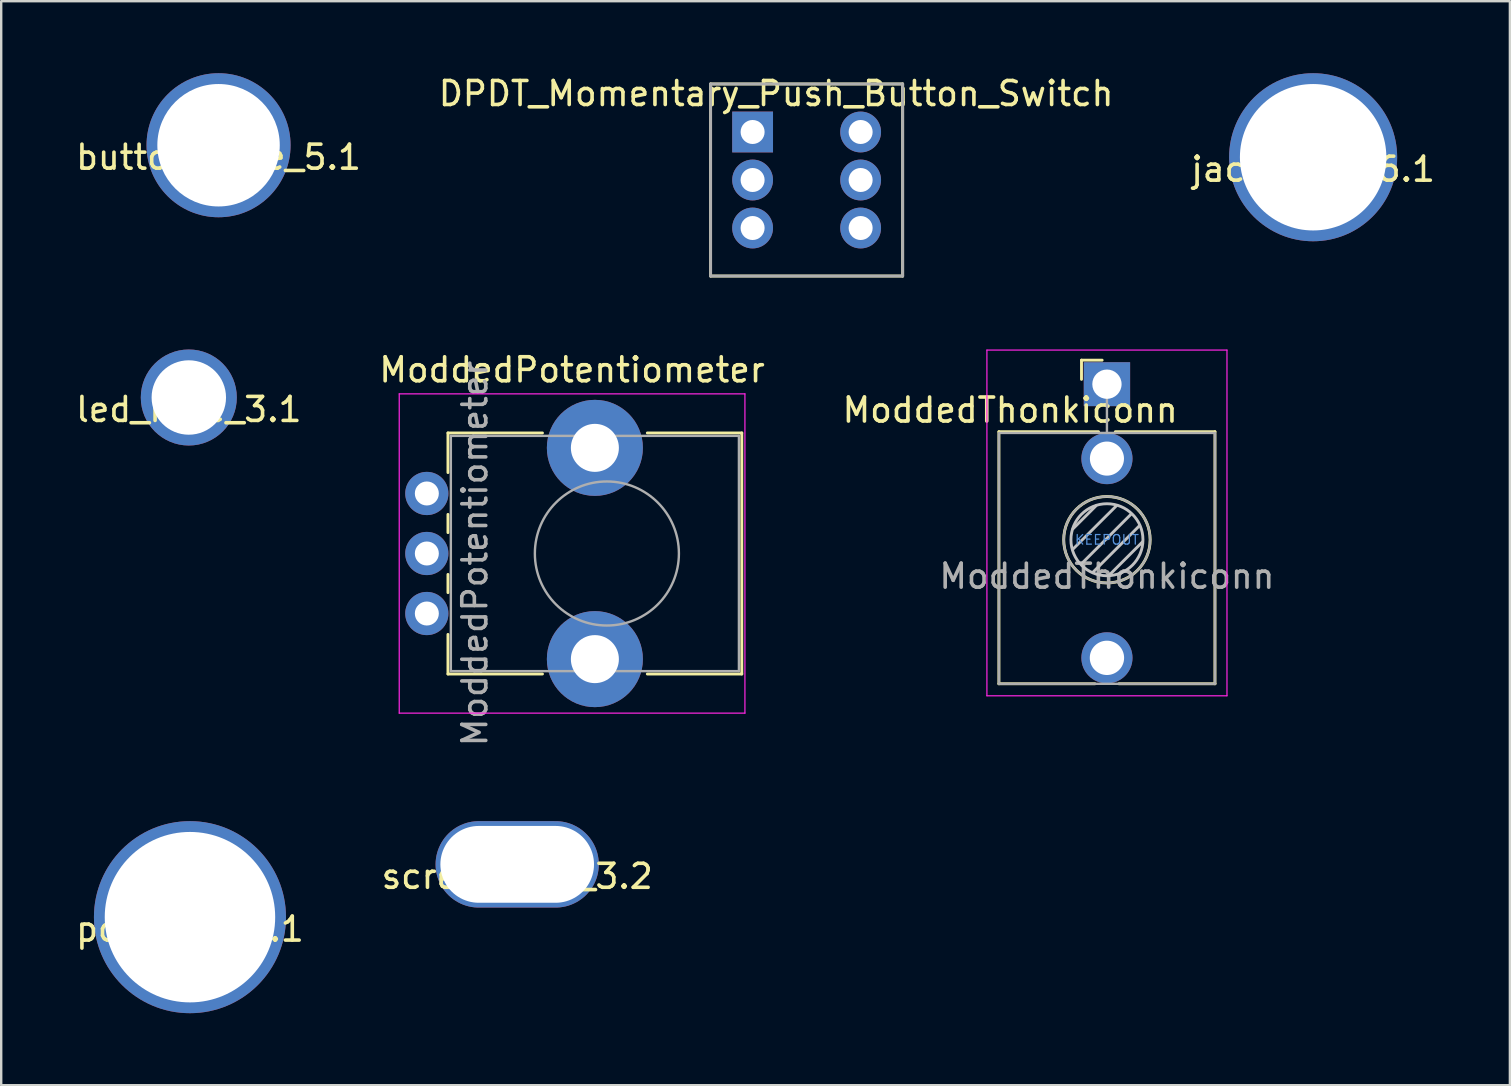
<source format=kicad_pcb>
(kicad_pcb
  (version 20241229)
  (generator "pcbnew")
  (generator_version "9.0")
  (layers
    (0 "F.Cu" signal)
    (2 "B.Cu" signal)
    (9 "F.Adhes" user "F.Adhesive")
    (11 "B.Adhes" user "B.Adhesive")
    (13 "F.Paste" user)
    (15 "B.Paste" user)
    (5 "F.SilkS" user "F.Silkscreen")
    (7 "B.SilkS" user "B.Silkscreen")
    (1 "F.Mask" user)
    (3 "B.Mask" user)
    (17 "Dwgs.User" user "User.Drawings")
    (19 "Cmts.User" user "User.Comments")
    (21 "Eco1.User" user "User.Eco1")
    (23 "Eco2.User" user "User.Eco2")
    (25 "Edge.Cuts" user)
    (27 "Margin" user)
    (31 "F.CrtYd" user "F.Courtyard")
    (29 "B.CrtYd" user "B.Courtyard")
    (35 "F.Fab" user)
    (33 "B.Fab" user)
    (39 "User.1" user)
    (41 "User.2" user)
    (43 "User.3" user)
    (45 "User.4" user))
  (footprint "screw_hole_3.2"
    (layer "F.Cu")
    (at 18.494 32.955)
    (property "Reference" "screw_hole_3.2" (at 0 0.5 0) (layer "F.SilkS") (effects (font (size 1 1) (thickness 0.15))))
    (attr through_hole)
    (pad "" np_thru_hole oval (at 0 0 90) (size 3.6 6.8) (drill oval 3.2 6.4) (layers "*.Cu" "*.Mask")))
  (footprint "jack_hole_6.1"
    (layer "F.Cu")
    (at 51.649 3.5)
    (property "Reference" "jack_hole_6.1" (at 0 0.5 0) (layer "F.SilkS") (effects (font (size 1 1) (thickness 0.15))))
    (attr through_hole)
    (pad "" np_thru_hole circle (at 0 0 90) (size 7 7) (drill 6.1) (layers "*.Cu" "*.Mask")))
  (footprint "led_hole_3.1"
    (layer "F.Cu")
    (at 4.815 13.508)
    (property "Reference" "led_hole_3.1" (at 0 0.5 0) (layer "F.SilkS") (effects (font (size 1 1) (thickness 0.15))))
    (attr through_hole)
    (pad "" np_thru_hole circle (at 0 0 90) (size 4 4) (drill 3.1) (layers "*.Cu" "*.Mask")))
  (footprint "pot_hole_7.1"
    (layer "F.Cu")
    (at 4.863 35.155)
    (property "Reference" "pot_hole_7.1" (at 0 0.5 0) (layer "F.SilkS") (effects (font (size 1 1) (thickness 0.15))))
    (attr through_hole)
    (pad "" np_thru_hole circle (at 0 0) (size 8 8) (drill 7.1) (layers "*.Cu" "*.Mask")))
  (footprint "button_hole_5.1"
    (layer "F.Cu")
    (at 6.054 3)
    (property "Reference" "button_hole_5.1" (at 0 0.5 0) (layer "F.SilkS") (effects (font (size 1 1) (thickness 0.15))))
    (attr through_hole)
    (pad "" np_thru_hole circle (at 0 0 90) (size 6 6) (drill 5.1) (layers "*.Cu" "*.Mask")))
  (footprint "DPDT_Momentary_Push_Button_Switch"
    (layer "F.Cu")
    (at 30.55 4.448)
    (property "Reference" "DPDT_Momentary_Push_Button_Switch" (at -1.27 -3.6 0) (layer "F.SilkS") (effects (font (size 1 1) (thickness 0.15))))
    (attr through_hole)
    (fp_line (start -4 -4) (end 4 -4) (stroke (width 0.12) (type solid)) (layer "F.SilkS"))
    (fp_line (start -4 4) (end -4 -4) (stroke (width 0.12) (type solid)) (layer "F.SilkS"))
    (fp_line (start 4 -4) (end 4 4) (stroke (width 0.12) (type solid)) (layer "F.SilkS"))
    (fp_line (start 4 4) (end -4 4) (stroke (width 0.12) (type solid)) (layer "F.SilkS"))
    (fp_line (start -4 -4) (end 4 -4) (stroke (width 0.12) (type solid)) (layer "F.Fab"))
    (fp_line (start -4 4) (end -4 -4) (stroke (width 0.12) (type solid)) (layer "F.Fab"))
    (fp_line (start 4 -4) (end 4 4) (stroke (width 0.12) (type solid)) (layer "F.Fab"))
    (fp_line (start 4 4) (end -4 4) (stroke (width 0.12) (type solid)) (layer "F.Fab"))
    (pad "1" thru_hole rect (at -2.25 -2) (size 1.7 1.7) (drill 1) (layers "*.Cu" "*.Mask"))
    (pad "2" thru_hole oval (at -2.25 0) (size 1.7 1.7) (drill 1) (layers "*.Cu" "*.Mask"))
    (pad "3" thru_hole oval (at -2.25 2) (size 1.7 1.7) (drill 1) (layers "*.Cu" "*.Mask"))
    (pad "4" thru_hole oval (at 2.25 -2) (size 1.7 1.7) (drill 1) (layers "*.Cu" "*.Mask"))
    (pad "5" thru_hole oval (at 2.25 0) (size 1.7 1.7) (drill 1) (layers "*.Cu" "*.Mask"))
    (pad "6" thru_hole oval (at 2.25 2) (size 1.7 1.7) (drill 1) (layers "*.Cu" "*.Mask")))
  (footprint "ModdedThonkiconn"
    (layer "F.Cu")
    (at 43.06 19.433)
    (property "Reference" "ModdedThonkiconn" (at -4.03 -5.4 0) (layer "F.SilkS") (effects (font (size 1 1) (thickness 0.15))))
    (attr through_hole)
    (fp_line (start -4.5 -4.5) (end -4.5 6) (stroke (width 0.12) (type solid)) (layer "F.SilkS"))
    (fp_line (start -1.06 -7.48) (end -1.06 -6.68) (stroke (width 0.12) (type solid)) (layer "F.SilkS"))
    (fp_line (start -1.06 -7.48) (end -0.2 -7.48) (stroke (width 0.12) (type solid)) (layer "F.SilkS"))
    (fp_line (start -0.5 6) (end -4.5 6) (stroke (width 0.12) (type solid)) (layer "F.SilkS"))
    (fp_line (start -0.35 -4.5) (end -4.5 -4.5) (stroke (width 0.12) (type solid)) (layer "F.SilkS"))
    (fp_line (start 4.5 -4.5) (end 0.35 -4.5) (stroke (width 0.12) (type solid)) (layer "F.SilkS"))
    (fp_line (start 4.5 -4.5) (end 4.5 6) (stroke (width 0.12) (type solid)) (layer "F.SilkS"))
    (fp_line (start 4.5 6) (end 0.5 6) (stroke (width 0.12) (type solid)) (layer "F.SilkS"))
    (fp_circle (center 0 0) (end 1.8 0) (stroke (width 0.12) (type solid)) (fill no) (layer "F.SilkS"))
    (fp_line (start -1.42 0.395) (end 0.4 -1.42) (stroke (width 0.12) (type solid)) (layer "Dwgs.User"))
    (fp_line (start -1.41 -0.46) (end -0.46 -1.41) (stroke (width 0.12) (type solid)) (layer "Dwgs.User"))
    (fp_line (start -1.07 1.01) (end 1.01 -1.07) (stroke (width 0.12) (type solid)) (layer "Dwgs.User"))
    (fp_line (start -0.58 1.35) (end 1.36 -0.59) (stroke (width 0.12) (type solid)) (layer "Dwgs.User"))
    (fp_line (start 0.09 1.48) (end 1.48 0.09) (stroke (width 0.12) (type solid)) (layer "Dwgs.User"))
    (fp_circle (center 0 0) (end 1.5 0) (stroke (width 0.12) (type solid)) (fill no) (layer "Dwgs.User"))
    (fp_line (start -5 6.5) (end -5 -7.9) (stroke (width 0.05) (type solid)) (layer "F.CrtYd"))
    (fp_line (start 5 -7.9) (end -5 -7.9) (stroke (width 0.05) (type solid)) (layer "F.CrtYd"))
    (fp_line (start 5 6.5) (end -5 6.5) (stroke (width 0.05) (type solid)) (layer "F.CrtYd"))
    (fp_line (start 5 6.5) (end 5 -7.9) (stroke (width 0.05) (type solid)) (layer "F.CrtYd"))
    (fp_line (start -4.5 6) (end -4.5 -4.4) (stroke (width 0.1) (type solid)) (layer "F.Fab"))
    (fp_line (start 0 -6.48) (end 0 -4.45) (stroke (width 0.1) (type solid)) (layer "F.Fab"))
    (fp_line (start 4.5 -4.45) (end -4.5 -4.45) (stroke (width 0.1) (type solid)) (layer "F.Fab"))
    (fp_line (start 4.5 6) (end -4.5 6) (stroke (width 0.1) (type solid)) (layer "F.Fab"))
    (fp_line (start 4.5 6) (end 4.5 -4.4) (stroke (width 0.1) (type solid)) (layer "F.Fab"))
    (fp_circle (center 0 0) (end 1.8 0) (stroke (width 0.1) (type solid)) (fill no) (layer "F.Fab"))
    (fp_text user "KEEPOUT" (at 0 0 180) (layer "Cmts.User") (effects (font (size 0.4 0.4) (thickness 0.051))))
    (fp_text user "${REFERENCE}" (at 0 1.52 0) (layer "F.Fab") (effects (font (size 1 1) (thickness 0.15))))
    (pad "S" thru_hole rect (at 0 -6.48 180) (size 1.93 1.83) (drill 1.22) (layers "*.Cu" "*.Mask"))
    (pad "T" thru_hole circle (at 0 4.92 180) (size 2.13 2.13) (drill 1.43) (layers "*.Cu" "*.Mask"))
    (pad "TN" thru_hole circle (at 0 -3.38 180) (size 2.13 2.13) (drill 1.42) (layers "*.Cu" "*.Mask")))
  (footprint "ModdedPotentiometer"
    (layer "F.Cu")
    (at 22.23 20.006)
    (property "Reference" "ModdedPotentiometer" (at -1.45 -7.65 180) (layer "F.SilkS") (effects (font (size 1 1) (thickness 0.15))))
    (attr through_hole)
    (fp_line (start -6.62 -5.021) (end -6.62 -3.371) (stroke (width 0.12) (type solid)) (layer "F.SilkS"))
    (fp_line (start -6.62 -5.021) (end -2.683 -5.021) (stroke (width 0.12) (type solid)) (layer "F.SilkS"))
    (fp_line (start -6.62 -1.629) (end -6.62 -0.87) (stroke (width 0.12) (type solid)) (layer "F.SilkS"))
    (fp_line (start -6.62 0.871) (end -6.62 1.63) (stroke (width 0.12) (type solid)) (layer "F.SilkS"))
    (fp_line (start -6.62 3.37) (end -6.62 5.02) (stroke (width 0.12) (type solid)) (layer "F.SilkS"))
    (fp_line (start -6.62 5.02) (end -2.683 5.02) (stroke (width 0.12) (type solid)) (layer "F.SilkS"))
    (fp_line (start 1.684 -5.021) (end 5.62 -5.021) (stroke (width 0.12) (type solid)) (layer "F.SilkS"))
    (fp_line (start 1.684 5.02) (end 5.62 5.02) (stroke (width 0.12) (type solid)) (layer "F.SilkS"))
    (fp_line (start 5.62 -5.021) (end 5.62 5.02) (stroke (width 0.12) (type solid)) (layer "F.SilkS"))
    (fp_line (start -8.65 -6.65) (end -8.65 6.65) (stroke (width 0.05) (type solid)) (layer "F.CrtYd"))
    (fp_line (start -8.65 6.65) (end 5.75 6.65) (stroke (width 0.05) (type solid)) (layer "F.CrtYd"))
    (fp_line (start 5.75 -6.65) (end -8.65 -6.65) (stroke (width 0.05) (type solid)) (layer "F.CrtYd"))
    (fp_line (start 5.75 6.65) (end 5.75 -6.65) (stroke (width 0.05) (type solid)) (layer "F.CrtYd"))
    (fp_line (start -6.5 -4.9) (end -6.5 4.9) (stroke (width 0.1) (type solid)) (layer "F.Fab"))
    (fp_line (start -6.5 4.9) (end 5.5 4.9) (stroke (width 0.1) (type solid)) (layer "F.Fab"))
    (fp_line (start 5.5 -4.9) (end -6.5 -4.9) (stroke (width 0.1) (type solid)) (layer "F.Fab"))
    (fp_line (start 5.5 4.9) (end 5.5 -4.9) (stroke (width 0.1) (type solid)) (layer "F.Fab"))
    (fp_circle (center 0 0) (end 3 0) (stroke (width 0.1) (type solid)) (fill no) (layer "F.Fab"))
    (fp_text user "${REFERENCE}" (at -5.5 0 90) (layer "F.Fab") (effects (font (size 1 1) (thickness 0.15))))
    (pad "" thru_hole circle (at -0.5 -4.4) (size 4 4) (drill 2) (layers "*.Cu" "*.Mask"))
    (pad "" thru_hole circle (at -0.5 4.4) (size 4 4) (drill 2) (layers "*.Cu" "*.Mask"))
    (pad "1" thru_hole circle (at -7.5 2.5) (size 1.8 1.8) (drill 1) (layers "*.Cu" "*.Mask"))
    (pad "2" thru_hole circle (at -7.5 0) (size 1.8 1.8) (drill 1) (layers "*.Cu" "*.Mask"))
    (pad "3" thru_hole circle (at -7.5 -2.5) (size 1.8 1.8) (drill 1) (layers "*.Cu" "*.Mask")))
  (gr_rect
    (start -3 -3)
    (end 59.845 42.155)
    (stroke (width 0.1) (type default))
    (fill no)
    (layer "Edge.Cuts")))
</source>
